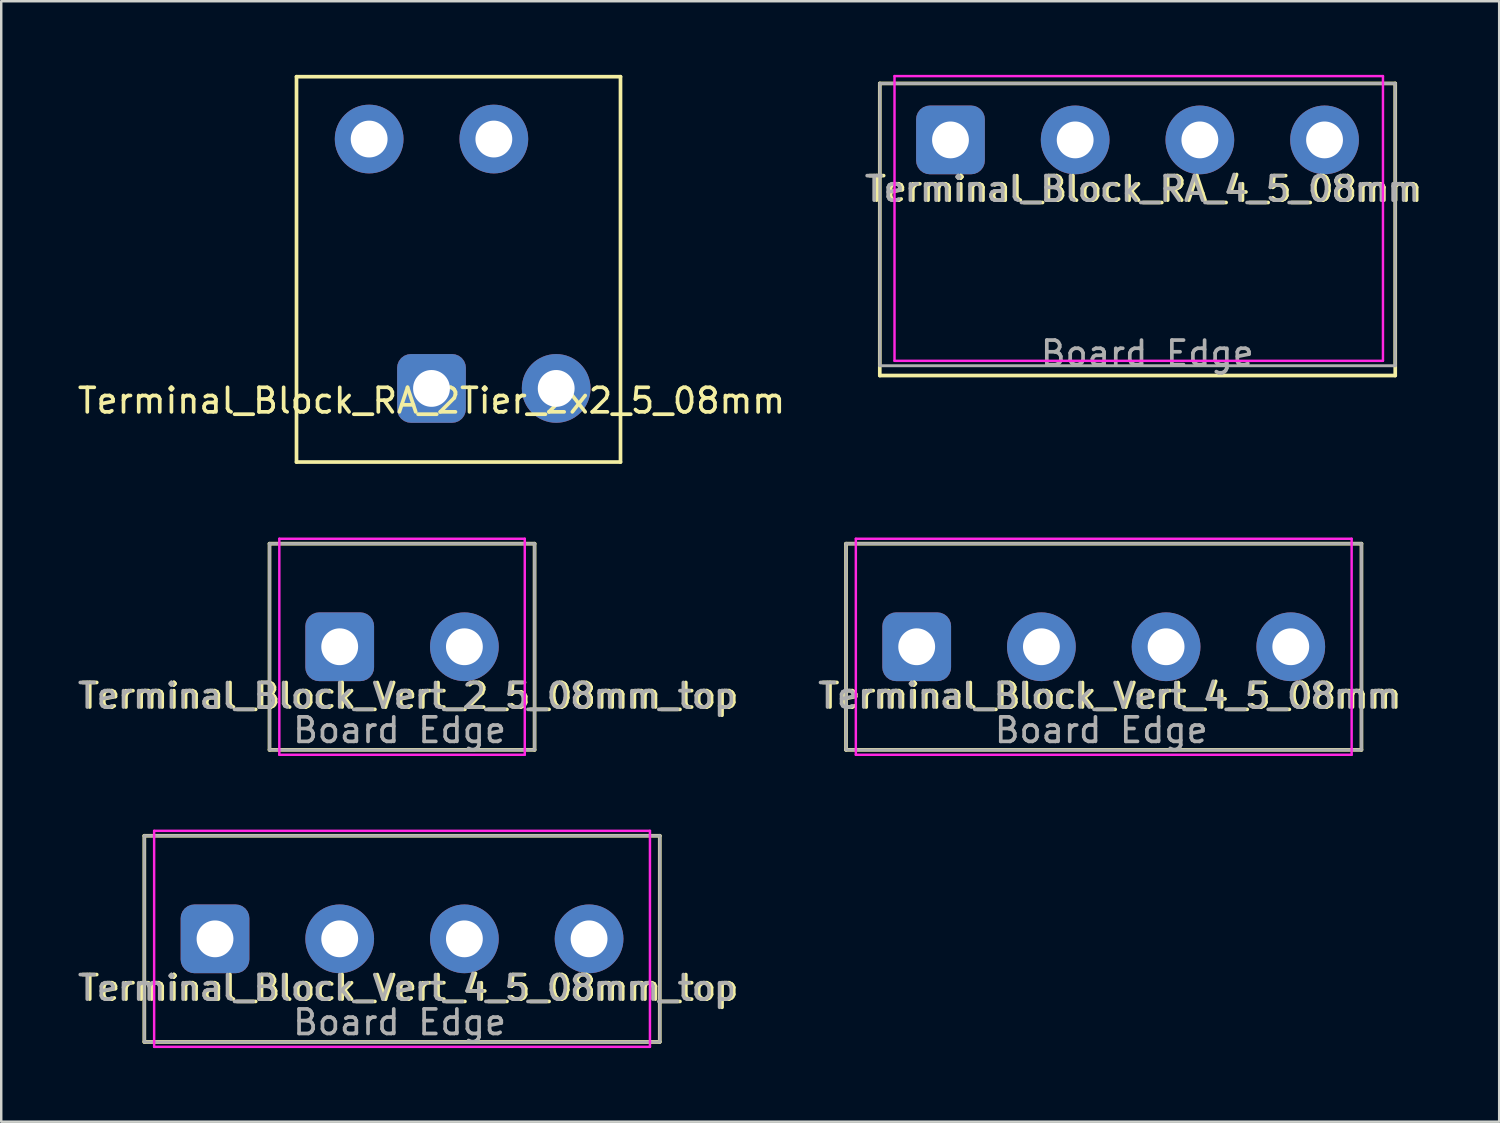
<source format=kicad_pcb>
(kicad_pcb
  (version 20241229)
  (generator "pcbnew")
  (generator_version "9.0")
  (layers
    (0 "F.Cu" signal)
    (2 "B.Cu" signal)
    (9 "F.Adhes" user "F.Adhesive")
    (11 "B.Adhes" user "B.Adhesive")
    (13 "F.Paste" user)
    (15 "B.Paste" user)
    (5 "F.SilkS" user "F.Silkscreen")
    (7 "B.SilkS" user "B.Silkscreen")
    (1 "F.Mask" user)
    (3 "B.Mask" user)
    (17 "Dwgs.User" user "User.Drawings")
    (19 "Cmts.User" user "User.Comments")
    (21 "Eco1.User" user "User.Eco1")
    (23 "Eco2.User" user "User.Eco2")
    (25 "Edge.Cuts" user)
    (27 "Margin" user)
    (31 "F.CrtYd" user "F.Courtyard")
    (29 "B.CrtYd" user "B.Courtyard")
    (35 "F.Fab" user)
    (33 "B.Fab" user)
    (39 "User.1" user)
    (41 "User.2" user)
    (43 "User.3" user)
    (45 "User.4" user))
  (footprint "Terminal_Block_Vert_2_5_08mm_top"
    (layer "F.Cu")
    (at 13.33 23.3)
    (property "Reference" "Terminal_Block_Vert_2_5_08mm_top" (at 0.3 2 0) (layer "F.SilkS") (effects (font (size 1 1) (thickness 0.15))))
    (attr through_hole)
    (fp_line (start -5.4 -4.2) (end 5.4 -4.2) (stroke (width 0.15) (type solid)) (layer "F.SilkS"))
    (fp_line (start -5.4 4.2) (end -5.4 -4.2) (stroke (width 0.15) (type solid)) (layer "F.SilkS"))
    (fp_line (start 5.4 -4.2) (end 5.4 4.2) (stroke (width 0.15) (type solid)) (layer "F.SilkS"))
    (fp_line (start 5.4 4.2) (end -5.4 4.2) (stroke (width 0.15) (type solid)) (layer "F.SilkS"))
    (fp_line (start -5 -4.4) (end 5 -4.4) (stroke (width 0.1) (type solid)) (layer "F.CrtYd"))
    (fp_line (start -5 4.4) (end -5 -4.4) (stroke (width 0.1) (type solid)) (layer "F.CrtYd"))
    (fp_line (start 5 -4.4) (end 5 4.4) (stroke (width 0.1) (type solid)) (layer "F.CrtYd"))
    (fp_line (start 5 4.4) (end -5 4.4) (stroke (width 0.1) (type solid)) (layer "F.CrtYd"))
    (fp_line (start -5.4 -4.2) (end -5.4 4.2) (stroke (width 0.12) (type solid)) (layer "F.Fab"))
    (fp_line (start -5.4 4.2) (end 5.4 4.2) (stroke (width 0.12) (type solid)) (layer "F.Fab"))
    (fp_line (start 5.4 -4.2) (end -5.4 -4.2) (stroke (width 0.12) (type solid)) (layer "F.Fab"))
    (fp_line (start 5.4 4.2) (end 5.4 -4.2) (stroke (width 0.12) (type solid)) (layer "F.Fab"))
    (fp_text user "${REFERENCE}" (at 0.2 2 0) (layer "F.Fab") (effects (font (size 1 1) (thickness 0.15))))
    (fp_text user "Board Edge" (at -0.1 3.4 0) (layer "F.Fab") (effects (font (size 1 1) (thickness 0.15))))
    (pad "1" thru_hole roundrect (at -2.54 0) (size 2.8 2.8) (drill 1.5) (layers "*.Cu" "*.Mask") (roundrect_rratio 0.2))
    (pad "2" thru_hole circle (at 2.54 0) (size 2.8 2.8) (drill 1.5) (layers "*.Cu" "*.Mask")))
  (footprint "Terminal_Block_Vert_4_5_08mm"
    (layer "F.Cu")
    (at 41.918 23.3)
    (property "Reference" "Terminal_Block_Vert_4_5_08mm" (at 0.3 2 0) (layer "F.SilkS") (effects (font (size 1 1) (thickness 0.15))))
    (attr through_hole)
    (fp_line (start -10.5 -4.2) (end 10.5 -4.2) (stroke (width 0.15) (type solid)) (layer "F.SilkS"))
    (fp_line (start -10.5 4.2) (end -10.5 -4.2) (stroke (width 0.15) (type solid)) (layer "F.SilkS"))
    (fp_line (start 10.5 -4.2) (end 10.5 4.2) (stroke (width 0.15) (type solid)) (layer "F.SilkS"))
    (fp_line (start 10.5 4.2) (end -10.5 4.2) (stroke (width 0.15) (type solid)) (layer "F.SilkS"))
    (fp_line (start -10.1 -4.4) (end 10.1 -4.4) (stroke (width 0.1) (type solid)) (layer "F.CrtYd"))
    (fp_line (start -10.1 4.4) (end -10.1 -4.4) (stroke (width 0.1) (type solid)) (layer "F.CrtYd"))
    (fp_line (start 10.1 -4.4) (end 10.1 4.4) (stroke (width 0.1) (type solid)) (layer "F.CrtYd"))
    (fp_line (start 10.1 4.4) (end -10.1 4.4) (stroke (width 0.1) (type solid)) (layer "F.CrtYd"))
    (fp_line (start -10.5 -4.2) (end -10.5 4.2) (stroke (width 0.12) (type solid)) (layer "F.Fab"))
    (fp_line (start -10.5 4.2) (end 10.5 4.2) (stroke (width 0.12) (type solid)) (layer "F.Fab"))
    (fp_line (start 10.5 -4.2) (end -10.5 -4.2) (stroke (width 0.12) (type solid)) (layer "F.Fab"))
    (fp_line (start 10.5 4.2) (end 10.5 -4.2) (stroke (width 0.12) (type solid)) (layer "F.Fab"))
    (fp_text user "${REFERENCE}" (at 0.2 2 0) (layer "F.Fab") (effects (font (size 1 1) (thickness 0.15))))
    (fp_text user "Board Edge" (at -0.1 3.4 0) (layer "F.Fab") (effects (font (size 1 1) (thickness 0.15))))
    (pad "1" thru_hole roundrect (at -7.62 0) (size 2.8 2.8) (drill 1.5) (layers "*.Cu" "*.Mask") (roundrect_rratio 0.2))
    (pad "2" thru_hole circle (at -2.54 0) (size 2.8 2.8) (drill 1.5) (layers "*.Cu" "*.Mask"))
    (pad "3" thru_hole circle (at 2.54 0) (size 2.8 2.8) (drill 1.5) (layers "*.Cu" "*.Mask"))
    (pad "4" thru_hole circle (at 7.62 0) (size 2.8 2.8) (drill 1.5) (layers "*.Cu" "*.Mask")))
  (footprint "Terminal_Block_Vert_4_5_08mm_top"
    (layer "F.Cu")
    (at 13.33 35.2)
    (property "Reference" "Terminal_Block_Vert_4_5_08mm_top" (at 0.3 2 0) (layer "F.SilkS") (effects (font (size 1 1) (thickness 0.15))))
    (attr through_hole)
    (fp_line (start -10.5 -4.2) (end 10.5 -4.2) (stroke (width 0.15) (type solid)) (layer "F.SilkS"))
    (fp_line (start -10.5 4.2) (end -10.5 -4.2) (stroke (width 0.15) (type solid)) (layer "F.SilkS"))
    (fp_line (start 10.5 -4.2) (end 10.5 4.2) (stroke (width 0.15) (type solid)) (layer "F.SilkS"))
    (fp_line (start 10.5 4.2) (end -10.5 4.2) (stroke (width 0.15) (type solid)) (layer "F.SilkS"))
    (fp_line (start -10.1 -4.4) (end 10.1 -4.4) (stroke (width 0.1) (type solid)) (layer "F.CrtYd"))
    (fp_line (start -10.1 4.4) (end -10.1 -4.4) (stroke (width 0.1) (type solid)) (layer "F.CrtYd"))
    (fp_line (start 10.1 -4.4) (end 10.1 4.4) (stroke (width 0.1) (type solid)) (layer "F.CrtYd"))
    (fp_line (start 10.1 4.4) (end -10.1 4.4) (stroke (width 0.1) (type solid)) (layer "F.CrtYd"))
    (fp_line (start -10.5 -4.2) (end -10.5 4.2) (stroke (width 0.12) (type solid)) (layer "F.Fab"))
    (fp_line (start -10.5 4.2) (end 10.5 4.2) (stroke (width 0.12) (type solid)) (layer "F.Fab"))
    (fp_line (start 10.5 -4.2) (end -10.5 -4.2) (stroke (width 0.12) (type solid)) (layer "F.Fab"))
    (fp_line (start 10.5 4.2) (end 10.5 -4.2) (stroke (width 0.12) (type solid)) (layer "F.Fab"))
    (fp_text user "Board Edge" (at -0.1 3.4 0) (layer "F.Fab") (effects (font (size 1 1) (thickness 0.15))))
    (fp_text user "${REFERENCE}" (at 0.2 2 0) (layer "F.Fab") (effects (font (size 1 1) (thickness 0.15))))
    (pad "1" thru_hole roundrect (at -7.62 0) (size 2.8 2.8) (drill 1.5) (layers "*.Cu" "*.Mask") (roundrect_rratio 0.2))
    (pad "2" thru_hole circle (at -2.54 0) (size 2.8 2.8) (drill 1.5) (layers "*.Cu" "*.Mask"))
    (pad "3" thru_hole circle (at 2.54 0) (size 2.8 2.8) (drill 1.5) (layers "*.Cu" "*.Mask"))
    (pad "4" thru_hole circle (at 7.62 0) (size 2.8 2.8) (drill 1.5) (layers "*.Cu" "*.Mask")))
  (footprint "Terminal_Block_RA_2Tier_2x2_5_08mm"
    (layer "F.Cu")
    (at 14.53 12.775)
    (property "Reference" "Terminal_Block_RA_2Tier_2x2_5_08mm" (at 0 0.5 0) (layer "F.SilkS") (effects (font (size 1 1) (thickness 0.15))))
    (attr through_hole)
    (fp_line (start -5.5 -12.7) (end 7.7 -12.7) (stroke (width 0.15) (type solid)) (layer "F.SilkS"))
    (fp_line (start -5.5 3) (end -5.5 -12.7) (stroke (width 0.15) (type solid)) (layer "F.SilkS"))
    (fp_line (start 7.7 -12.7) (end 7.7 3) (stroke (width 0.15) (type solid)) (layer "F.SilkS"))
    (fp_line (start 7.7 3) (end -5.5 3) (stroke (width 0.15) (type solid)) (layer "F.SilkS"))
    (pad "1" thru_hole roundrect (at 0 0) (size 2.8 2.8) (drill 1.5) (layers "*.Cu" "*.Mask") (roundrect_rratio 0.2))
    (pad "2" thru_hole circle (at 5.08 0) (size 2.8 2.8) (drill 1.5) (layers "*.Cu" "*.Mask"))
    (pad "3" thru_hole circle (at -2.54 -10.16) (size 2.8 2.8) (drill 1.5) (layers "*.Cu" "*.Mask"))
    (pad "4" thru_hole circle (at 2.54 -10.16) (size 2.8 2.8) (drill 1.5) (layers "*.Cu" "*.Mask")))
  (footprint "Terminal_Block_RA_4_5_08mm"
    (layer "F.Cu")
    (at 43.294 2.65)
    (property "Reference" "Terminal_Block_RA_4_5_08mm" (at 0.3 2 0) (layer "F.SilkS") (effects (font (size 1 1) (thickness 0.15))))
    (attr through_hole)
    (fp_line (start -10.5 -2.3) (end 10.5 -2.3) (stroke (width 0.15) (type solid)) (layer "F.SilkS"))
    (fp_line (start -10.5 9.6) (end -10.5 -2.3) (stroke (width 0.15) (type solid)) (layer "F.SilkS"))
    (fp_line (start 10.5 -2.3) (end 10.5 9.6) (stroke (width 0.15) (type solid)) (layer "F.SilkS"))
    (fp_line (start 10.5 9.6) (end -10.5 9.6) (stroke (width 0.15) (type solid)) (layer "F.SilkS"))
    (fp_line (start -9.9 -2.6) (end 10 -2.6) (stroke (width 0.1) (type solid)) (layer "F.CrtYd"))
    (fp_line (start -9.9 9) (end -9.9 -2.6) (stroke (width 0.1) (type solid)) (layer "F.CrtYd"))
    (fp_line (start 10 -2.6) (end 10 9) (stroke (width 0.1) (type solid)) (layer "F.CrtYd"))
    (fp_line (start 10 9) (end -9.9 9) (stroke (width 0.1) (type solid)) (layer "F.CrtYd"))
    (fp_line (start -10.5 -2.3) (end -10.5 9.2) (stroke (width 0.12) (type solid)) (layer "F.Fab"))
    (fp_line (start -10.5 9.2) (end 10.5 9.2) (stroke (width 0.12) (type solid)) (layer "F.Fab"))
    (fp_line (start 10.5 -2.3) (end -10.5 -2.3) (stroke (width 0.12) (type solid)) (layer "F.Fab"))
    (fp_line (start 10.5 9.2) (end 10.5 -2.3) (stroke (width 0.12) (type solid)) (layer "F.Fab"))
    (fp_text user "${REFERENCE}" (at 0.2 2 0) (layer "F.Fab") (effects (font (size 1 1) (thickness 0.15))))
    (fp_text user "Board Edge" (at 0.4 8.7 0) (layer "F.Fab") (effects (font (size 1 1) (thickness 0.15))))
    (pad "1" thru_hole roundrect (at -7.62 0) (size 2.8 2.8) (drill 1.5) (layers "*.Cu" "*.Mask") (roundrect_rratio 0.2))
    (pad "2" thru_hole circle (at -2.54 0) (size 2.8 2.8) (drill 1.5) (layers "*.Cu" "*.Mask"))
    (pad "3" thru_hole circle (at 2.54 0) (size 2.8 2.8) (drill 1.5) (layers "*.Cu" "*.Mask"))
    (pad "4" thru_hole circle (at 7.62 0) (size 2.8 2.8) (drill 1.5) (layers "*.Cu" "*.Mask")))
  (gr_rect
    (start -3 -3)
    (end 58.029 42.65)
    (stroke (width 0.1) (type default))
    (fill no)
    (layer "Edge.Cuts")))
</source>
